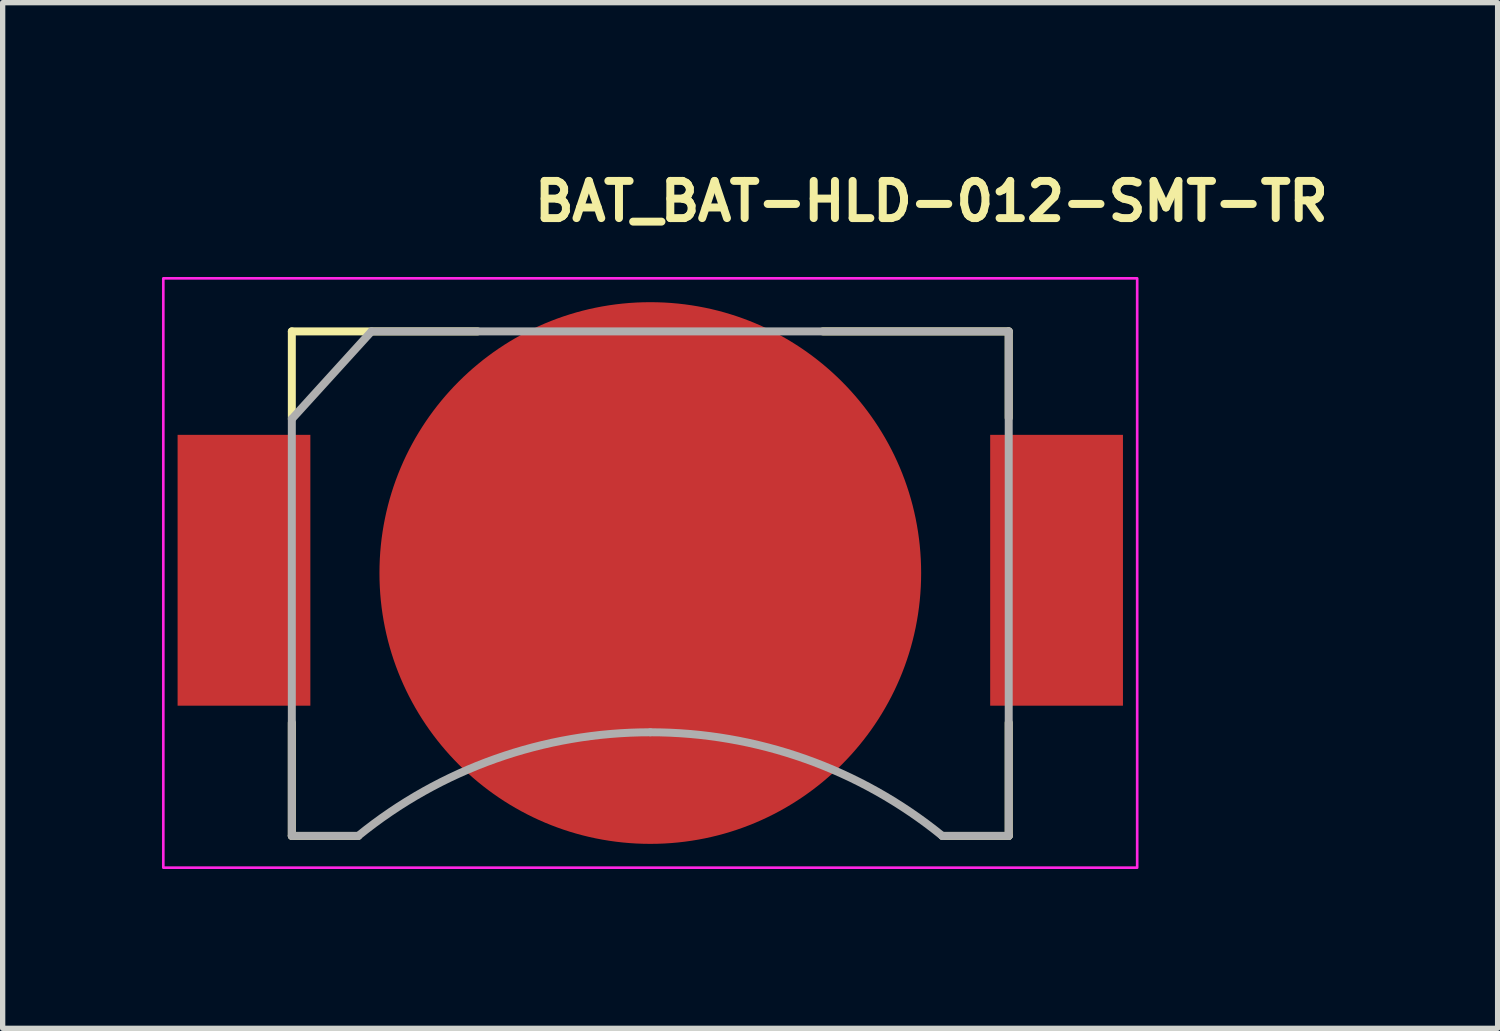
<source format=kicad_pcb>
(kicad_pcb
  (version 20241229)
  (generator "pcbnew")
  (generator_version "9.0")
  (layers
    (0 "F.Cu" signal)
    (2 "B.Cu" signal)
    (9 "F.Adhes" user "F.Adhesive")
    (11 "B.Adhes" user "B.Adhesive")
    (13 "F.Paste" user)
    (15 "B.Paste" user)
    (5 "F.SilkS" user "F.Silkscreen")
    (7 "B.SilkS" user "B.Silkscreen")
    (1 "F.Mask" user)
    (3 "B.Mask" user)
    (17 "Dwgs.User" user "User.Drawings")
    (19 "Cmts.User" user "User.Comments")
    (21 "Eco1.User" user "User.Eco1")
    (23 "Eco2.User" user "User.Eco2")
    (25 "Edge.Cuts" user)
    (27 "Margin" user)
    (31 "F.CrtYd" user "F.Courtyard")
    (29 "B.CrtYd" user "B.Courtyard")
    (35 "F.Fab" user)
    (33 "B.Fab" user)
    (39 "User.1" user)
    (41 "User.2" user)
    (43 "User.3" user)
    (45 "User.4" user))
  (footprint "BAT_BAT-HLD-012-SMT-TR"
    (layer "F.Cu")
    (at 9.195 7.74)
    (property "Reference" "BAT_BAT-HLD-012-SMT-TR" (at -2.255 -6.59 0) (layer "F.SilkS") (effects (font (size 0.7 0.7) (thickness 0.15)) (justify left bottom)))
    (attr smd)
    (fp_line (start -6.75 -4.55) (end -3.25 -4.55) (stroke (width 0.15) (type solid)) (layer "F.SilkS"))
    (fp_line (start -6.75 -2.92) (end -6.75 -4.55) (stroke (width 0.15) (type solid)) (layer "F.SilkS"))
    (fp_line (start -6.75 2.818) (end -6.75 4.95) (stroke (width 0.15) (type solid)) (layer "F.SilkS"))
    (fp_line (start -6.75 4.95) (end -5.5 4.95) (stroke (width 0.15) (type solid)) (layer "F.SilkS"))
    (fp_line (start 3.249 -4.55) (end 6.749 -4.55) (stroke (width 0.15) (type solid)) (layer "F.SilkS"))
    (fp_line (start 5.499 4.95) (end 6.749 4.95) (stroke (width 0.15) (type solid)) (layer "F.SilkS"))
    (fp_line (start 6.749 -4.55) (end 6.749 -2.92) (stroke (width 0.15) (type solid)) (layer "F.SilkS"))
    (fp_line (start 6.749 4.95) (end 6.749 2.818) (stroke (width 0.15) (type solid)) (layer "F.SilkS"))
    (fp_rect (start -9.17 -5.549) (end 9.168 5.548) (stroke (width 0.05) (type solid)) (fill no) (layer "F.CrtYd"))
    (fp_line (start -6.75 -2.9) (end -5.25 -4.55) (stroke (width 0.15) (type solid)) (layer "F.Fab"))
    (fp_line (start -6.75 4.95) (end -6.75 -2.9) (stroke (width 0.15) (type solid)) (layer "F.Fab"))
    (fp_line (start -5.5 4.95) (end -6.75 4.95) (stroke (width 0.15) (type solid)) (layer "F.Fab"))
    (fp_line (start -5.25 -4.55) (end 6.749 -4.55) (stroke (width 0.15) (type solid)) (layer "F.Fab"))
    (fp_line (start 6.749 -4.55) (end 6.749 4.95) (stroke (width 0.15) (type solid)) (layer "F.Fab"))
    (fp_line (start 6.749 4.95) (end 5.499 4.95) (stroke (width 0.15) (type solid)) (layer "F.Fab"))
    (fp_arc (start -5.5 4.95) (mid -2.919 3.5) (end 0 2.999) (stroke (width 0.15) (type solid)) (layer "F.Fab"))
    (fp_arc (start 0 2.999) (mid 2.917 3.5) (end 5.499 4.95) (stroke (width 0.15) (type solid)) (layer "F.Fab"))
    (fp_rect (start -7.62 -4.699) (end 7.618 4.698) (stroke (width 0.1) (type solid)) (fill no) (layer "User.5"))
    (fp_line (start -7.62 -2.668) (end -6.731 -2.668) (stroke (width 0.02) (type solid)) (layer "User.9"))
    (fp_line (start -7.62 -0.635) (end -7.62 -2.668) (stroke (width 0.02) (type solid)) (layer "User.9"))
    (fp_line (start -7.62 -0.635) (end -6.731 -0.635) (stroke (width 0.02) (type solid)) (layer "User.9"))
    (fp_line (start -7.62 0.379) (end -6.731 0.379) (stroke (width 0.02) (type solid)) (layer "User.9"))
    (fp_line (start -7.62 2.411) (end -7.62 0.379) (stroke (width 0.02) (type solid)) (layer "User.9"))
    (fp_line (start -7.62 2.411) (end -6.731 2.411) (stroke (width 0.02) (type solid)) (layer "User.9"))
    (fp_line (start -6.731 -2.957) (end -6.731 -2.956) (stroke (width 0.02) (type solid)) (layer "User.9"))
    (fp_line (start -6.731 -2.956) (end -6.731 -2.953) (stroke (width 0.02) (type solid)) (layer "User.9"))
    (fp_line (start -6.731 -2.953) (end -6.731 2.742) (stroke (width 0.02) (type solid)) (layer "User.9"))
    (fp_line (start -6.731 -0.635) (end -6.731 -2.668) (stroke (width 0.02) (type solid)) (layer "User.9"))
    (fp_line (start -6.731 2.411) (end -6.731 0.379) (stroke (width 0.02) (type solid)) (layer "User.9"))
    (fp_line (start -6.731 2.742) (end -6.478 2.742) (stroke (width 0.02) (type solid)) (layer "User.9"))
    (fp_line (start -6.729 -2.96) (end -6.731 -2.957) (stroke (width 0.02) (type solid)) (layer "User.9"))
    (fp_line (start -6.728 -2.963) (end -6.729 -2.96) (stroke (width 0.02) (type solid)) (layer "User.9"))
    (fp_line (start -6.721 -2.967) (end -6.728 -2.963) (stroke (width 0.02) (type solid)) (layer "User.9"))
    (fp_line (start -6.712 -2.972) (end -6.721 -2.967) (stroke (width 0.02) (type solid)) (layer "User.9"))
    (fp_line (start -6.702 -2.976) (end -6.712 -2.972) (stroke (width 0.02) (type solid)) (layer "User.9"))
    (fp_line (start -6.688 -2.98) (end -6.702 -2.976) (stroke (width 0.02) (type solid)) (layer "User.9"))
    (fp_line (start -6.657 -2.988) (end -6.688 -2.98) (stroke (width 0.02) (type solid)) (layer "User.9"))
    (fp_line (start -6.619 -2.997) (end -6.657 -2.988) (stroke (width 0.02) (type solid)) (layer "User.9"))
    (fp_line (start -6.592 -3.258) (end -6.592 -3.254) (stroke (width 0.02) (type solid)) (layer "User.9"))
    (fp_line (start -6.592 -3.254) (end -6.592 -3.25) (stroke (width 0.02) (type solid)) (layer "User.9"))
    (fp_line (start -6.592 -3.25) (end -6.59 -3.246) (stroke (width 0.02) (type solid)) (layer "User.9"))
    (fp_line (start -6.59 -3.262) (end -6.59 -3.259) (stroke (width 0.02) (type solid)) (layer "User.9"))
    (fp_line (start -6.59 -3.259) (end -6.592 -3.258) (stroke (width 0.02) (type solid)) (layer "User.9"))
    (fp_line (start -6.59 -3.246) (end -6.59 -3.242) (stroke (width 0.02) (type solid)) (layer "User.9"))
    (fp_line (start -6.59 -3.242) (end -6.588 -3.238) (stroke (width 0.02) (type solid)) (layer "User.9"))
    (fp_line (start -6.588 -3.238) (end -6.585 -3.226) (stroke (width 0.02) (type solid)) (layer "User.9"))
    (fp_line (start -6.587 -3.263) (end -6.59 -3.262) (stroke (width 0.02) (type solid)) (layer "User.9"))
    (fp_line (start -6.585 -3.226) (end -6.579 -3.214) (stroke (width 0.02) (type solid)) (layer "User.9"))
    (fp_line (start -6.579 -3.214) (end -6.574 -3.198) (stroke (width 0.02) (type solid)) (layer "User.9"))
    (fp_line (start -6.576 -3.007) (end -6.619 -2.997) (stroke (width 0.02) (type solid)) (layer "User.9"))
    (fp_line (start -6.574 -3.198) (end -6.566 -3.184) (stroke (width 0.02) (type solid)) (layer "User.9"))
    (fp_line (start -6.566 -3.184) (end -6.558 -3.166) (stroke (width 0.02) (type solid)) (layer "User.9"))
    (fp_line (start -6.558 -3.166) (end -6.548 -3.149) (stroke (width 0.02) (type solid)) (layer "User.9"))
    (fp_line (start -6.548 -3.149) (end -6.527 -3.109) (stroke (width 0.02) (type solid)) (layer "User.9"))
    (fp_line (start -6.527 -3.109) (end -6.503 -3.068) (stroke (width 0.02) (type solid)) (layer "User.9"))
    (fp_line (start -6.503 -3.068) (end -6.478 -3.024) (stroke (width 0.02) (type solid)) (layer "User.9"))
    (fp_line (start -6.478 -3.024) (end -6.576 -3.007) (stroke (width 0.02) (type solid)) (layer "User.9"))
    (fp_line (start -6.478 2.742) (end -5.489 3.73) (stroke (width 0.02) (type solid)) (layer "User.9"))
    (fp_line (start -5.489 3.73) (end -5.37 3.843) (stroke (width 0.02) (type solid)) (layer "User.9"))
    (fp_line (start -5.37 3.843) (end -5.247 3.95) (stroke (width 0.02) (type solid)) (layer "User.9"))
    (fp_line (start -5.247 3.95) (end -5.119 4.051) (stroke (width 0.02) (type solid)) (layer "User.9"))
    (fp_line (start -5.119 4.051) (end -4.986 4.144) (stroke (width 0.02) (type solid)) (layer "User.9"))
    (fp_line (start -4.986 4.144) (end -4.85 4.23) (stroke (width 0.02) (type solid)) (layer "User.9"))
    (fp_line (start -4.875 -4.699) (end -6.587 -3.263) (stroke (width 0.02) (type solid)) (layer "User.9"))
    (fp_line (start -4.85 4.23) (end -4.71 4.31) (stroke (width 0.02) (type solid)) (layer "User.9"))
    (fp_line (start -4.712 -4.505) (end -4.875 -4.699) (stroke (width 0.02) (type solid)) (layer "User.9"))
    (fp_line (start -4.71 4.31) (end -4.566 4.381) (stroke (width 0.02) (type solid)) (layer "User.9"))
    (fp_line (start -4.705 -1.988) (end -4.702 -1.919) (stroke (width 0.02) (type solid)) (layer "User.9"))
    (fp_line (start -4.704 -2.057) (end -4.705 -1.988) (stroke (width 0.02) (type solid)) (layer "User.9"))
    (fp_line (start -4.702 -2.126) (end -4.704 -2.057) (stroke (width 0.02) (type solid)) (layer "User.9"))
    (fp_line (start -4.702 -1.919) (end -4.697 -1.849) (stroke (width 0.02) (type solid)) (layer "User.9"))
    (fp_line (start -4.697 -1.849) (end -4.689 -1.78) (stroke (width 0.02) (type solid)) (layer "User.9"))
    (fp_line (start -4.696 -2.195) (end -4.702 -2.126) (stroke (width 0.02) (type solid)) (layer "User.9"))
    (fp_line (start -4.689 -1.78) (end -4.678 -1.71) (stroke (width 0.02) (type solid)) (layer "User.9"))
    (fp_line (start -4.688 -2.265) (end -4.696 -2.195) (stroke (width 0.02) (type solid)) (layer "User.9"))
    (fp_line (start -4.678 -1.71) (end -4.664 -1.641) (stroke (width 0.02) (type solid)) (layer "User.9"))
    (fp_line (start -4.677 -2.331) (end -4.688 -2.265) (stroke (width 0.02) (type solid)) (layer "User.9"))
    (fp_line (start -4.664 -1.641) (end -4.648 -1.573) (stroke (width 0.02) (type solid)) (layer "User.9"))
    (fp_line (start -4.662 -2.399) (end -4.677 -2.331) (stroke (width 0.02) (type solid)) (layer "User.9"))
    (fp_line (start -4.648 -1.573) (end -4.627 -1.504) (stroke (width 0.02) (type solid)) (layer "User.9"))
    (fp_line (start -4.646 -2.467) (end -4.662 -2.399) (stroke (width 0.02) (type solid)) (layer "User.9"))
    (fp_line (start -4.627 -1.504) (end -4.604 -1.436) (stroke (width 0.02) (type solid)) (layer "User.9"))
    (fp_line (start -4.625 -2.532) (end -4.646 -2.467) (stroke (width 0.02) (type solid)) (layer "User.9"))
    (fp_line (start -4.604 -1.436) (end -4.579 -1.369) (stroke (width 0.02) (type solid)) (layer "User.9"))
    (fp_line (start -4.603 -2.597) (end -4.625 -2.532) (stroke (width 0.02) (type solid)) (layer "User.9"))
    (fp_line (start -4.579 -2.661) (end -4.603 -2.597) (stroke (width 0.02) (type solid)) (layer "User.9"))
    (fp_line (start -4.579 -1.369) (end -4.579 2.742) (stroke (width 0.02) (type solid)) (layer "User.9"))
    (fp_line (start -4.579 2.742) (end -4.566 2.742) (stroke (width 0.02) (type solid)) (layer "User.9"))
    (fp_line (start -4.566 -2.016) (end -4.563 -2.121) (stroke (width 0.02) (type solid)) (layer "User.9"))
    (fp_line (start -4.566 -1.327) (end -4.566 -2.016) (stroke (width 0.02) (type solid)) (layer "User.9"))
    (fp_line (start -4.566 2.429) (end -4.566 -1.327) (stroke (width 0.02) (type solid)) (layer "User.9"))
    (fp_line (start -4.566 2.742) (end -4.566 2.429) (stroke (width 0.02) (type solid)) (layer "User.9"))
    (fp_line (start -4.566 4.381) (end -4.419 4.446) (stroke (width 0.02) (type solid)) (layer "User.9"))
    (fp_line (start -4.563 -2.121) (end -4.552 -2.226) (stroke (width 0.02) (type solid)) (layer "User.9"))
    (fp_line (start -4.553 -2.726) (end -4.579 -2.661) (stroke (width 0.02) (type solid)) (layer "User.9"))
    (fp_line (start -4.552 -2.226) (end -4.534 -2.327) (stroke (width 0.02) (type solid)) (layer "User.9"))
    (fp_line (start -4.534 -2.327) (end -4.512 -2.427) (stroke (width 0.02) (type solid)) (layer "User.9"))
    (fp_line (start -4.523 -2.787) (end -4.553 -2.726) (stroke (width 0.02) (type solid)) (layer "User.9"))
    (fp_line (start -4.512 -2.427) (end -4.481 -2.525) (stroke (width 0.02) (type solid)) (layer "User.9"))
    (fp_line (start -4.491 -2.848) (end -4.523 -2.787) (stroke (width 0.02) (type solid)) (layer "User.9"))
    (fp_line (start -4.481 -2.525) (end -4.446 -2.621) (stroke (width 0.02) (type solid)) (layer "User.9"))
    (fp_line (start -4.455 -2.908) (end -4.491 -2.848) (stroke (width 0.02) (type solid)) (layer "User.9"))
    (fp_line (start -4.446 -2.621) (end -4.403 -2.714) (stroke (width 0.02) (type solid)) (layer "User.9"))
    (fp_line (start -4.419 4.446) (end -4.268 4.504) (stroke (width 0.02) (type solid)) (layer "User.9"))
    (fp_line (start -4.417 -2.967) (end -4.455 -2.908) (stroke (width 0.02) (type solid)) (layer "User.9"))
    (fp_line (start -4.403 -2.714) (end -4.355 -2.803) (stroke (width 0.02) (type solid)) (layer "User.9"))
    (fp_line (start -4.379 -3.024) (end -4.417 -2.967) (stroke (width 0.02) (type solid)) (layer "User.9"))
    (fp_line (start -4.355 -2.803) (end -4.3 -2.891) (stroke (width 0.02) (type solid)) (layer "User.9"))
    (fp_line (start -4.335 -3.08) (end -4.379 -3.024) (stroke (width 0.02) (type solid)) (layer "User.9"))
    (fp_line (start -4.3 -2.891) (end -4.241 -2.973) (stroke (width 0.02) (type solid)) (layer "User.9"))
    (fp_line (start -4.292 -3.134) (end -4.335 -3.08) (stroke (width 0.02) (type solid)) (layer "User.9"))
    (fp_line (start -4.268 4.504) (end -4.114 4.555) (stroke (width 0.02) (type solid)) (layer "User.9"))
    (fp_line (start -4.244 -3.186) (end -4.292 -3.134) (stroke (width 0.02) (type solid)) (layer "User.9"))
    (fp_line (start -4.241 -2.973) (end -4.177 -3.052) (stroke (width 0.02) (type solid)) (layer "User.9"))
    (fp_line (start -4.194 -3.238) (end -4.244 -3.186) (stroke (width 0.02) (type solid)) (layer "User.9"))
    (fp_line (start -4.177 -3.052) (end -4.106 -3.128) (stroke (width 0.02) (type solid)) (layer "User.9"))
    (fp_line (start -4.143 -3.286) (end -4.194 -3.238) (stroke (width 0.02) (type solid)) (layer "User.9"))
    (fp_line (start -4.114 4.555) (end -3.959 4.599) (stroke (width 0.02) (type solid)) (layer "User.9"))
    (fp_line (start -4.106 -3.128) (end -4.031 -3.198) (stroke (width 0.02) (type solid)) (layer "User.9"))
    (fp_line (start -4.088 -3.334) (end -4.143 -3.286) (stroke (width 0.02) (type solid)) (layer "User.9"))
    (fp_line (start -4.032 -3.379) (end -4.088 -3.334) (stroke (width 0.02) (type solid)) (layer "User.9"))
    (fp_line (start -4.032 -3.379) (end -4.032 -3.379) (stroke (width 0.02) (type solid)) (layer "User.9"))
    (fp_line (start -4.031 -3.198) (end -3.952 -3.263) (stroke (width 0.02) (type solid)) (layer "User.9"))
    (fp_line (start -3.973 -3.422) (end -4.032 -3.379) (stroke (width 0.02) (type solid)) (layer "User.9"))
    (fp_line (start -3.959 4.599) (end -3.802 4.634) (stroke (width 0.02) (type solid)) (layer "User.9"))
    (fp_line (start -3.952 -3.263) (end -3.867 -3.325) (stroke (width 0.02) (type solid)) (layer "User.9"))
    (fp_line (start -3.915 -3.461) (end -3.973 -3.422) (stroke (width 0.02) (type solid)) (layer "User.9"))
    (fp_line (start -3.867 -3.325) (end -3.778 -3.38) (stroke (width 0.02) (type solid)) (layer "User.9"))
    (fp_line (start -3.854 -3.499) (end -3.915 -3.461) (stroke (width 0.02) (type solid)) (layer "User.9"))
    (fp_line (start -3.802 4.634) (end -3.642 4.661) (stroke (width 0.02) (type solid)) (layer "User.9"))
    (fp_line (start -3.791 -3.532) (end -3.854 -3.499) (stroke (width 0.02) (type solid)) (layer "User.9"))
    (fp_line (start -3.778 -3.38) (end -3.778 -3.38) (stroke (width 0.02) (type solid)) (layer "User.9"))
    (fp_line (start -3.778 -3.38) (end -3.685 -3.43) (stroke (width 0.02) (type solid)) (layer "User.9"))
    (fp_line (start -3.685 -3.43) (end -3.59 -3.472) (stroke (width 0.02) (type solid)) (layer "User.9"))
    (fp_line (start -3.665 -3.593) (end -3.791 -3.532) (stroke (width 0.02) (type solid)) (layer "User.9"))
    (fp_line (start -3.642 4.661) (end -3.48 4.682) (stroke (width 0.02) (type solid)) (layer "User.9"))
    (fp_line (start -3.59 -3.472) (end -3.493 -3.508) (stroke (width 0.02) (type solid)) (layer "User.9"))
    (fp_line (start -3.533 -3.642) (end -3.665 -3.593) (stroke (width 0.02) (type solid)) (layer "User.9"))
    (fp_line (start -3.493 -3.508) (end -3.395 -3.539) (stroke (width 0.02) (type solid)) (layer "User.9"))
    (fp_line (start -3.48 4.682) (end -3.318 4.693) (stroke (width 0.02) (type solid)) (layer "User.9"))
    (fp_line (start -3.4 -3.681) (end -3.533 -3.642) (stroke (width 0.02) (type solid)) (layer "User.9"))
    (fp_line (start -3.395 -3.539) (end -3.295 -3.561) (stroke (width 0.02) (type solid)) (layer "User.9"))
    (fp_line (start -3.318 4.693) (end -3.154 4.698) (stroke (width 0.02) (type solid)) (layer "User.9"))
    (fp_line (start -3.295 -3.561) (end -3.194 -3.579) (stroke (width 0.02) (type solid)) (layer "User.9"))
    (fp_line (start -3.266 -3.709) (end -3.4 -3.681) (stroke (width 0.02) (type solid)) (layer "User.9"))
    (fp_line (start -3.194 -3.579) (end -3.093 -3.588) (stroke (width 0.02) (type solid)) (layer "User.9"))
    (fp_line (start -3.154 4.698) (end -3.06 4.696) (stroke (width 0.02) (type solid)) (layer "User.9"))
    (fp_line (start -3.129 -3.726) (end -3.266 -3.709) (stroke (width 0.02) (type solid)) (layer "User.9"))
    (fp_line (start -3.093 -3.588) (end -2.991 -3.592) (stroke (width 0.02) (type solid)) (layer "User.9"))
    (fp_line (start -3.06 4.696) (end -2.964 4.693) (stroke (width 0.02) (type solid)) (layer "User.9"))
    (fp_line (start -2.991 -3.73) (end -3.129 -3.726) (stroke (width 0.02) (type solid)) (layer "User.9"))
    (fp_line (start -2.991 -3.592) (end -2.888 -3.588) (stroke (width 0.02) (type solid)) (layer "User.9"))
    (fp_line (start -2.964 4.693) (end -2.87 4.685) (stroke (width 0.02) (type solid)) (layer "User.9"))
    (fp_line (start -2.888 -3.588) (end -2.787 -3.579) (stroke (width 0.02) (type solid)) (layer "User.9"))
    (fp_line (start -2.87 4.685) (end -2.775 4.677) (stroke (width 0.02) (type solid)) (layer "User.9"))
    (fp_line (start -2.854 -3.726) (end -2.991 -3.73) (stroke (width 0.02) (type solid)) (layer "User.9"))
    (fp_line (start -2.787 -3.579) (end -2.686 -3.561) (stroke (width 0.02) (type solid)) (layer "User.9"))
    (fp_line (start -2.775 4.677) (end -2.681 4.663) (stroke (width 0.02) (type solid)) (layer "User.9"))
    (fp_line (start -2.717 -3.709) (end -2.854 -3.726) (stroke (width 0.02) (type solid)) (layer "User.9"))
    (fp_line (start -2.686 -3.561) (end -2.586 -3.539) (stroke (width 0.02) (type solid)) (layer "User.9"))
    (fp_line (start -2.681 4.663) (end -2.589 4.65) (stroke (width 0.02) (type solid)) (layer "User.9"))
    (fp_line (start -2.589 4.65) (end -2.496 4.631) (stroke (width 0.02) (type solid)) (layer "User.9"))
    (fp_line (start -2.586 -3.539) (end -2.488 -3.508) (stroke (width 0.02) (type solid)) (layer "User.9"))
    (fp_line (start -2.581 -3.681) (end -2.717 -3.709) (stroke (width 0.02) (type solid)) (layer "User.9"))
    (fp_line (start -2.496 4.631) (end -2.403 4.612) (stroke (width 0.02) (type solid)) (layer "User.9"))
    (fp_line (start -2.488 -3.508) (end -2.391 -3.472) (stroke (width 0.02) (type solid)) (layer "User.9"))
    (fp_line (start -2.448 -3.642) (end -2.581 -3.681) (stroke (width 0.02) (type solid)) (layer "User.9"))
    (fp_line (start -2.403 4.612) (end -2.311 4.589) (stroke (width 0.02) (type solid)) (layer "User.9"))
    (fp_line (start -2.391 -3.472) (end -2.297 -3.43) (stroke (width 0.02) (type solid)) (layer "User.9"))
    (fp_line (start -2.318 -3.593) (end -2.448 -3.642) (stroke (width 0.02) (type solid)) (layer "User.9"))
    (fp_line (start -2.311 4.589) (end -2.219 4.562) (stroke (width 0.02) (type solid)) (layer "User.9"))
    (fp_line (start -2.297 -3.43) (end -2.203 -3.38) (stroke (width 0.02) (type solid)) (layer "User.9"))
    (fp_line (start -2.219 4.562) (end -2.129 4.535) (stroke (width 0.02) (type solid)) (layer "User.9"))
    (fp_line (start -2.203 -3.38) (end -2.203 -3.38) (stroke (width 0.02) (type solid)) (layer "User.9"))
    (fp_line (start -2.203 -3.38) (end -2.158 -3.354) (stroke (width 0.02) (type solid)) (layer "User.9"))
    (fp_line (start -2.19 -3.532) (end -2.318 -3.593) (stroke (width 0.02) (type solid)) (layer "User.9"))
    (fp_line (start -2.158 -3.354) (end -2.114 -3.325) (stroke (width 0.02) (type solid)) (layer "User.9"))
    (fp_line (start -2.129 -3.499) (end -2.19 -3.532) (stroke (width 0.02) (type solid)) (layer "User.9"))
    (fp_line (start -2.129 4.535) (end -2.04 4.504) (stroke (width 0.02) (type solid)) (layer "User.9"))
    (fp_line (start -2.114 -3.325) (end -2.072 -3.294) (stroke (width 0.02) (type solid)) (layer "User.9"))
    (fp_line (start -2.072 -3.294) (end -2.029 -3.263) (stroke (width 0.02) (type solid)) (layer "User.9"))
    (fp_line (start -2.068 -3.461) (end -2.129 -3.499) (stroke (width 0.02) (type solid)) (layer "User.9"))
    (fp_line (start -2.04 4.504) (end -1.95 4.47) (stroke (width 0.02) (type solid)) (layer "User.9"))
    (fp_line (start -2.029 -3.263) (end -1.99 -3.231) (stroke (width 0.02) (type solid)) (layer "User.9"))
    (fp_line (start -2.008 -3.422) (end -2.068 -3.461) (stroke (width 0.02) (type solid)) (layer "User.9"))
    (fp_line (start -1.99 -3.231) (end -1.95 -3.198) (stroke (width 0.02) (type solid)) (layer "User.9"))
    (fp_line (start -1.95 -3.379) (end -2.008 -3.422) (stroke (width 0.02) (type solid)) (layer "User.9"))
    (fp_line (start -1.95 -3.379) (end -1.95 -3.379) (stroke (width 0.02) (type solid)) (layer "User.9"))
    (fp_line (start -1.95 -3.198) (end -1.911 -3.164) (stroke (width 0.02) (type solid)) (layer "User.9"))
    (fp_line (start -1.95 4.47) (end -1.863 4.435) (stroke (width 0.02) (type solid)) (layer "User.9"))
    (fp_line (start -1.911 -3.164) (end -1.875 -3.128) (stroke (width 0.02) (type solid)) (layer "User.9"))
    (fp_line (start -1.875 -3.128) (end -1.839 -3.09) (stroke (width 0.02) (type solid)) (layer "User.9"))
    (fp_line (start -1.863 4.435) (end -1.776 4.397) (stroke (width 0.02) (type solid)) (layer "User.9"))
    (fp_line (start -1.839 -3.286) (end -1.95 -3.379) (stroke (width 0.02) (type solid)) (layer "User.9"))
    (fp_line (start -1.839 -3.09) (end -1.805 -3.052) (stroke (width 0.02) (type solid)) (layer "User.9"))
    (fp_line (start -1.805 -3.052) (end -1.772 -3.013) (stroke (width 0.02) (type solid)) (layer "User.9"))
    (fp_line (start -1.776 4.397) (end -1.69 4.355) (stroke (width 0.02) (type solid)) (layer "User.9"))
    (fp_line (start -1.772 -3.013) (end -1.74 -2.973) (stroke (width 0.02) (type solid)) (layer "User.9"))
    (fp_line (start -1.74 -2.973) (end -1.71 -2.932) (stroke (width 0.02) (type solid)) (layer "User.9"))
    (fp_line (start -1.738 -3.186) (end -1.839 -3.286) (stroke (width 0.02) (type solid)) (layer "User.9"))
    (fp_line (start -1.71 -2.932) (end -1.68 -2.891) (stroke (width 0.02) (type solid)) (layer "User.9"))
    (fp_line (start -1.69 4.355) (end -1.488 4.264) (stroke (width 0.02) (type solid)) (layer "User.9"))
    (fp_line (start -1.68 -2.891) (end -1.653 -2.847) (stroke (width 0.02) (type solid)) (layer "User.9"))
    (fp_line (start -1.653 -2.847) (end -1.627 -2.803) (stroke (width 0.02) (type solid)) (layer "User.9"))
    (fp_line (start -1.645 -3.08) (end -1.738 -3.186) (stroke (width 0.02) (type solid)) (layer "User.9"))
    (fp_line (start -1.627 -2.803) (end -1.603 -2.759) (stroke (width 0.02) (type solid)) (layer "User.9"))
    (fp_line (start -1.603 -2.759) (end -1.579 -2.714) (stroke (width 0.02) (type solid)) (layer "User.9"))
    (fp_line (start -1.579 -2.714) (end -1.557 -2.668) (stroke (width 0.02) (type solid)) (layer "User.9"))
    (fp_line (start -1.563 -2.967) (end -1.645 -3.08) (stroke (width 0.02) (type solid)) (layer "User.9"))
    (fp_line (start -1.557 -2.668) (end -1.536 -2.621) (stroke (width 0.02) (type solid)) (layer "User.9"))
    (fp_line (start -1.536 -2.621) (end -1.518 -2.573) (stroke (width 0.02) (type solid)) (layer "User.9"))
    (fp_line (start -1.518 -2.573) (end -1.5 -2.525) (stroke (width 0.02) (type solid)) (layer "User.9"))
    (fp_line (start -1.5 -2.525) (end -1.484 -2.476) (stroke (width 0.02) (type solid)) (layer "User.9"))
    (fp_line (start -1.492 -2.848) (end -1.563 -2.967) (stroke (width 0.02) (type solid)) (layer "User.9"))
    (fp_line (start -1.488 4.264) (end -1.283 4.182) (stroke (width 0.02) (type solid)) (layer "User.9"))
    (fp_line (start -1.484 -2.476) (end -1.47 -2.427) (stroke (width 0.02) (type solid)) (layer "User.9"))
    (fp_line (start -1.47 -2.427) (end -1.458 -2.378) (stroke (width 0.02) (type solid)) (layer "User.9"))
    (fp_line (start -1.458 -2.378) (end -1.446 -2.327) (stroke (width 0.02) (type solid)) (layer "User.9"))
    (fp_line (start -1.446 -2.327) (end -1.438 -2.277) (stroke (width 0.02) (type solid)) (layer "User.9"))
    (fp_line (start -1.438 -2.277) (end -1.43 -2.226) (stroke (width 0.02) (type solid)) (layer "User.9"))
    (fp_line (start -1.43 -2.726) (end -1.492 -2.848) (stroke (width 0.02) (type solid)) (layer "User.9"))
    (fp_line (start -1.43 -2.226) (end -1.424 -2.173) (stroke (width 0.02) (type solid)) (layer "User.9"))
    (fp_line (start -1.424 -2.173) (end -1.42 -2.121) (stroke (width 0.02) (type solid)) (layer "User.9"))
    (fp_line (start -1.42 -2.121) (end -1.416 -2.069) (stroke (width 0.02) (type solid)) (layer "User.9"))
    (fp_line (start -1.416 -2.069) (end -1.416 -2.016) (stroke (width 0.02) (type solid)) (layer "User.9"))
    (fp_line (start -1.416 -1.327) (end -4.566 -1.327) (stroke (width 0.02) (type solid)) (layer "User.9"))
    (fp_line (start -1.416 -1.327) (end -1.416 -2.016) (stroke (width 0.02) (type solid)) (layer "User.9"))
    (fp_line (start -1.416 2.429) (end -1.416 -1.327) (stroke (width 0.02) (type solid)) (layer "User.9"))
    (fp_line (start -1.416 2.742) (end -1.416 2.429) (stroke (width 0.02) (type solid)) (layer "User.9"))
    (fp_line (start -1.416 2.742) (end -1.403 2.742) (stroke (width 0.02) (type solid)) (layer "User.9"))
    (fp_line (start -1.403 -1.369) (end -1.355 -1.504) (stroke (width 0.02) (type solid)) (layer "User.9"))
    (fp_line (start -1.403 2.742) (end -1.403 -1.369) (stroke (width 0.02) (type solid)) (layer "User.9"))
    (fp_line (start -1.377 -2.597) (end -1.43 -2.726) (stroke (width 0.02) (type solid)) (layer "User.9"))
    (fp_line (start -1.355 -1.504) (end -1.317 -1.641) (stroke (width 0.02) (type solid)) (layer "User.9"))
    (fp_line (start -1.337 -2.467) (end -1.377 -2.597) (stroke (width 0.02) (type solid)) (layer "User.9"))
    (fp_line (start -1.317 -1.641) (end -1.293 -1.78) (stroke (width 0.02) (type solid)) (layer "User.9"))
    (fp_line (start -1.305 -2.331) (end -1.337 -2.467) (stroke (width 0.02) (type solid)) (layer "User.9"))
    (fp_line (start -1.293 -1.78) (end -1.28 -1.919) (stroke (width 0.02) (type solid)) (layer "User.9"))
    (fp_line (start -1.285 -2.195) (end -1.305 -2.331) (stroke (width 0.02) (type solid)) (layer "User.9"))
    (fp_line (start -1.283 4.182) (end -1.075 4.115) (stroke (width 0.02) (type solid)) (layer "User.9"))
    (fp_line (start -1.28 -1.919) (end -1.276 -2.057) (stroke (width 0.02) (type solid)) (layer "User.9"))
    (fp_line (start -1.276 -2.057) (end -1.285 -2.195) (stroke (width 0.02) (type solid)) (layer "User.9"))
    (fp_line (start -1.075 4.115) (end -0.862 4.06) (stroke (width 0.02) (type solid)) (layer "User.9"))
    (fp_line (start -0.862 4.06) (end -0.65 4.017) (stroke (width 0.02) (type solid)) (layer "User.9"))
    (fp_line (start -0.65 4.017) (end -0.434 3.986) (stroke (width 0.02) (type solid)) (layer "User.9"))
    (fp_line (start -0.434 3.986) (end -0.217 3.966) (stroke (width 0.02) (type solid)) (layer "User.9"))
    (fp_line (start -0.217 3.966) (end 0 3.961) (stroke (width 0.02) (type solid)) (layer "User.9"))
    (fp_line (start 0 3.961) (end 0.215 3.966) (stroke (width 0.02) (type solid)) (layer "User.9"))
    (fp_line (start 0.215 3.966) (end 0.432 3.986) (stroke (width 0.02) (type solid)) (layer "User.9"))
    (fp_line (start 0.432 3.986) (end 0.648 4.017) (stroke (width 0.02) (type solid)) (layer "User.9"))
    (fp_line (start 0.648 4.017) (end 0.86 4.06) (stroke (width 0.02) (type solid)) (layer "User.9"))
    (fp_line (start 0.86 4.06) (end 1.072 4.115) (stroke (width 0.02) (type solid)) (layer "User.9"))
    (fp_line (start 1.072 4.115) (end 1.282 4.182) (stroke (width 0.02) (type solid)) (layer "User.9"))
    (fp_line (start 1.275 -2.057) (end 1.284 -2.195) (stroke (width 0.02) (type solid)) (layer "User.9"))
    (fp_line (start 1.277 -1.919) (end 1.275 -2.057) (stroke (width 0.02) (type solid)) (layer "User.9"))
    (fp_line (start 1.282 4.182) (end 1.487 4.264) (stroke (width 0.02) (type solid)) (layer "User.9"))
    (fp_line (start 1.284 -2.195) (end 1.304 -2.331) (stroke (width 0.02) (type solid)) (layer "User.9"))
    (fp_line (start 1.29 -1.78) (end 1.277 -1.919) (stroke (width 0.02) (type solid)) (layer "User.9"))
    (fp_line (start 1.304 -2.331) (end 1.334 -2.467) (stroke (width 0.02) (type solid)) (layer "User.9"))
    (fp_line (start 1.316 -1.641) (end 1.29 -1.78) (stroke (width 0.02) (type solid)) (layer "User.9"))
    (fp_line (start 1.334 -2.467) (end 1.376 -2.597) (stroke (width 0.02) (type solid)) (layer "User.9"))
    (fp_line (start 1.352 -1.504) (end 1.316 -1.641) (stroke (width 0.02) (type solid)) (layer "User.9"))
    (fp_line (start 1.376 -2.597) (end 1.427 -2.726) (stroke (width 0.02) (type solid)) (layer "User.9"))
    (fp_line (start 1.402 -1.369) (end 1.352 -1.504) (stroke (width 0.02) (type solid)) (layer "User.9"))
    (fp_line (start 1.402 2.742) (end 1.402 -1.369) (stroke (width 0.02) (type solid)) (layer "User.9"))
    (fp_line (start 1.415 -2.069) (end 1.415 -2.016) (stroke (width 0.02) (type solid)) (layer "User.9"))
    (fp_line (start 1.415 -1.327) (end 1.415 -2.016) (stroke (width 0.02) (type solid)) (layer "User.9"))
    (fp_line (start 1.415 -1.327) (end 4.563 -1.327) (stroke (width 0.02) (type solid)) (layer "User.9"))
    (fp_line (start 1.415 2.429) (end 1.415 -1.327) (stroke (width 0.02) (type solid)) (layer "User.9"))
    (fp_line (start 1.415 2.742) (end 1.402 2.742) (stroke (width 0.02) (type solid)) (layer "User.9"))
    (fp_line (start 1.415 2.742) (end 1.415 2.429) (stroke (width 0.02) (type solid)) (layer "User.9"))
    (fp_line (start 1.417 -2.121) (end 1.415 -2.069) (stroke (width 0.02) (type solid)) (layer "User.9"))
    (fp_line (start 1.421 -2.173) (end 1.417 -2.121) (stroke (width 0.02) (type solid)) (layer "User.9"))
    (fp_line (start 1.427 -2.726) (end 1.489 -2.848) (stroke (width 0.02) (type solid)) (layer "User.9"))
    (fp_line (start 1.427 -2.226) (end 1.421 -2.173) (stroke (width 0.02) (type solid)) (layer "User.9"))
    (fp_line (start 1.435 -2.277) (end 1.427 -2.226) (stroke (width 0.02) (type solid)) (layer "User.9"))
    (fp_line (start 1.445 -2.327) (end 1.435 -2.277) (stroke (width 0.02) (type solid)) (layer "User.9"))
    (fp_line (start 1.455 -2.378) (end 1.445 -2.327) (stroke (width 0.02) (type solid)) (layer "User.9"))
    (fp_line (start 1.469 -2.427) (end 1.455 -2.378) (stroke (width 0.02) (type solid)) (layer "User.9"))
    (fp_line (start 1.483 -2.476) (end 1.469 -2.427) (stroke (width 0.02) (type solid)) (layer "User.9"))
    (fp_line (start 1.487 4.264) (end 1.689 4.355) (stroke (width 0.02) (type solid)) (layer "User.9"))
    (fp_line (start 1.489 -2.848) (end 1.562 -2.967) (stroke (width 0.02) (type solid)) (layer "User.9"))
    (fp_line (start 1.499 -2.525) (end 1.483 -2.476) (stroke (width 0.02) (type solid)) (layer "User.9"))
    (fp_line (start 1.515 -2.573) (end 1.499 -2.525) (stroke (width 0.02) (type solid)) (layer "User.9"))
    (fp_line (start 1.535 -2.621) (end 1.515 -2.573) (stroke (width 0.02) (type solid)) (layer "User.9"))
    (fp_line (start 1.556 -2.668) (end 1.535 -2.621) (stroke (width 0.02) (type solid)) (layer "User.9"))
    (fp_line (start 1.562 -2.967) (end 1.644 -3.08) (stroke (width 0.02) (type solid)) (layer "User.9"))
    (fp_line (start 1.576 -2.714) (end 1.556 -2.668) (stroke (width 0.02) (type solid)) (layer "User.9"))
    (fp_line (start 1.6 -2.759) (end 1.576 -2.714) (stroke (width 0.02) (type solid)) (layer "User.9"))
    (fp_line (start 1.626 -2.803) (end 1.6 -2.759) (stroke (width 0.02) (type solid)) (layer "User.9"))
    (fp_line (start 1.644 -3.08) (end 1.735 -3.186) (stroke (width 0.02) (type solid)) (layer "User.9"))
    (fp_line (start 1.652 -2.847) (end 1.626 -2.803) (stroke (width 0.02) (type solid)) (layer "User.9"))
    (fp_line (start 1.679 -2.891) (end 1.652 -2.847) (stroke (width 0.02) (type solid)) (layer "User.9"))
    (fp_line (start 1.707 -2.932) (end 1.679 -2.891) (stroke (width 0.02) (type solid)) (layer "User.9"))
    (fp_line (start 1.735 -3.186) (end 1.836 -3.286) (stroke (width 0.02) (type solid)) (layer "User.9"))
    (fp_line (start 1.739 -2.973) (end 1.707 -2.932) (stroke (width 0.02) (type solid)) (layer "User.9"))
    (fp_line (start 1.769 -3.013) (end 1.739 -2.973) (stroke (width 0.02) (type solid)) (layer "User.9"))
    (fp_line (start 1.775 4.397) (end 1.689 4.355) (stroke (width 0.02) (type solid)) (layer "User.9"))
    (fp_line (start 1.802 -3.052) (end 1.769 -3.013) (stroke (width 0.02) (type solid)) (layer "User.9"))
    (fp_line (start 1.836 -3.286) (end 1.947 -3.379) (stroke (width 0.02) (type solid)) (layer "User.9"))
    (fp_line (start 1.838 -3.09) (end 1.802 -3.052) (stroke (width 0.02) (type solid)) (layer "User.9"))
    (fp_line (start 1.862 4.435) (end 1.775 4.397) (stroke (width 0.02) (type solid)) (layer "User.9"))
    (fp_line (start 1.872 -3.128) (end 1.838 -3.09) (stroke (width 0.02) (type solid)) (layer "User.9"))
    (fp_line (start 1.91 -3.164) (end 1.872 -3.128) (stroke (width 0.02) (type solid)) (layer "User.9"))
    (fp_line (start 1.947 -3.379) (end 1.947 -3.379) (stroke (width 0.02) (type solid)) (layer "User.9"))
    (fp_line (start 1.947 -3.379) (end 2.006 -3.422) (stroke (width 0.02) (type solid)) (layer "User.9"))
    (fp_line (start 1.947 -3.198) (end 1.91 -3.164) (stroke (width 0.02) (type solid)) (layer "User.9"))
    (fp_line (start 1.949 4.47) (end 1.862 4.435) (stroke (width 0.02) (type solid)) (layer "User.9"))
    (fp_line (start 1.987 -3.231) (end 1.947 -3.198) (stroke (width 0.02) (type solid)) (layer "User.9"))
    (fp_line (start 2.006 -3.422) (end 2.065 -3.461) (stroke (width 0.02) (type solid)) (layer "User.9"))
    (fp_line (start 2.027 -3.263) (end 1.987 -3.231) (stroke (width 0.02) (type solid)) (layer "User.9"))
    (fp_line (start 2.038 4.504) (end 1.949 4.47) (stroke (width 0.02) (type solid)) (layer "User.9"))
    (fp_line (start 2.065 -3.461) (end 2.127 -3.499) (stroke (width 0.02) (type solid)) (layer "User.9"))
    (fp_line (start 2.069 -3.294) (end 2.027 -3.263) (stroke (width 0.02) (type solid)) (layer "User.9"))
    (fp_line (start 2.112 -3.325) (end 2.069 -3.294) (stroke (width 0.02) (type solid)) (layer "User.9"))
    (fp_line (start 2.127 -3.499) (end 2.189 -3.532) (stroke (width 0.02) (type solid)) (layer "User.9"))
    (fp_line (start 2.128 4.535) (end 2.038 4.504) (stroke (width 0.02) (type solid)) (layer "User.9"))
    (fp_line (start 2.156 -3.354) (end 2.112 -3.325) (stroke (width 0.02) (type solid)) (layer "User.9"))
    (fp_line (start 2.189 -3.532) (end 2.315 -3.593) (stroke (width 0.02) (type solid)) (layer "User.9"))
    (fp_line (start 2.201 -3.38) (end 2.156 -3.354) (stroke (width 0.02) (type solid)) (layer "User.9"))
    (fp_line (start 2.201 -3.38) (end 2.201 -3.38) (stroke (width 0.02) (type solid)) (layer "User.9"))
    (fp_line (start 2.217 4.562) (end 2.128 4.535) (stroke (width 0.02) (type solid)) (layer "User.9"))
    (fp_line (start 2.294 -3.43) (end 2.201 -3.38) (stroke (width 0.02) (type solid)) (layer "User.9"))
    (fp_line (start 2.309 4.589) (end 2.217 4.562) (stroke (width 0.02) (type solid)) (layer "User.9"))
    (fp_line (start 2.315 -3.593) (end 2.446 -3.642) (stroke (width 0.02) (type solid)) (layer "User.9"))
    (fp_line (start 2.39 -3.472) (end 2.294 -3.43) (stroke (width 0.02) (type solid)) (layer "User.9"))
    (fp_line (start 2.401 4.612) (end 2.309 4.589) (stroke (width 0.02) (type solid)) (layer "User.9"))
    (fp_line (start 2.446 -3.642) (end 2.58 -3.681) (stroke (width 0.02) (type solid)) (layer "User.9"))
    (fp_line (start 2.48 -2.105) (end 2.48 -1.928) (stroke (width 0.02) (type solid)) (layer "User.9"))
    (fp_line (start 2.48 -1.928) (end 2.899 -1.928) (stroke (width 0.02) (type solid)) (layer "User.9"))
    (fp_line (start 2.486 -3.508) (end 2.39 -3.472) (stroke (width 0.02) (type solid)) (layer "User.9"))
    (fp_line (start 2.494 4.631) (end 2.401 4.612) (stroke (width 0.02) (type solid)) (layer "User.9"))
    (fp_line (start 2.58 -3.681) (end 2.714 -3.709) (stroke (width 0.02) (type solid)) (layer "User.9"))
    (fp_line (start 2.584 -3.539) (end 2.486 -3.508) (stroke (width 0.02) (type solid)) (layer "User.9"))
    (fp_line (start 2.587 4.65) (end 2.494 4.631) (stroke (width 0.02) (type solid)) (layer "User.9"))
    (fp_line (start 2.68 4.663) (end 2.587 4.65) (stroke (width 0.02) (type solid)) (layer "User.9"))
    (fp_line (start 2.684 -3.561) (end 2.584 -3.539) (stroke (width 0.02) (type solid)) (layer "User.9"))
    (fp_line (start 2.714 -3.709) (end 2.851 -3.726) (stroke (width 0.02) (type solid)) (layer "User.9"))
    (fp_line (start 2.773 4.677) (end 2.68 4.663) (stroke (width 0.02) (type solid)) (layer "User.9"))
    (fp_line (start 2.785 -3.579) (end 2.684 -3.561) (stroke (width 0.02) (type solid)) (layer "User.9"))
    (fp_line (start 2.851 -3.726) (end 2.988 -3.73) (stroke (width 0.02) (type solid)) (layer "User.9"))
    (fp_line (start 2.867 4.685) (end 2.773 4.677) (stroke (width 0.02) (type solid)) (layer "User.9"))
    (fp_line (start 2.886 -3.588) (end 2.785 -3.579) (stroke (width 0.02) (type solid)) (layer "User.9"))
    (fp_line (start 2.899 -2.524) (end 2.899 -2.105) (stroke (width 0.02) (type solid)) (layer "User.9"))
    (fp_line (start 2.899 -2.105) (end 2.48 -2.105) (stroke (width 0.02) (type solid)) (layer "User.9"))
    (fp_line (start 2.899 -1.928) (end 2.899 -1.508) (stroke (width 0.02) (type solid)) (layer "User.9"))
    (fp_line (start 2.899 -1.508) (end 3.077 -1.508) (stroke (width 0.02) (type solid)) (layer "User.9"))
    (fp_line (start 2.963 4.693) (end 2.867 4.685) (stroke (width 0.02) (type solid)) (layer "User.9"))
    (fp_line (start 2.988 -3.73) (end 3.127 -3.726) (stroke (width 0.02) (type solid)) (layer "User.9"))
    (fp_line (start 2.988 -3.592) (end 2.886 -3.588) (stroke (width 0.02) (type solid)) (layer "User.9"))
    (fp_line (start 3.058 4.696) (end 2.963 4.693) (stroke (width 0.02) (type solid)) (layer "User.9"))
    (fp_line (start 3.077 -2.524) (end 2.899 -2.524) (stroke (width 0.02) (type solid)) (layer "User.9"))
    (fp_line (start 3.077 -2.105) (end 3.077 -2.524) (stroke (width 0.02) (type solid)) (layer "User.9"))
    (fp_line (start 3.077 -1.928) (end 3.496 -1.928) (stroke (width 0.02) (type solid)) (layer "User.9"))
    (fp_line (start 3.077 -1.508) (end 3.077 -1.928) (stroke (width 0.02) (type solid)) (layer "User.9"))
    (fp_line (start 3.091 -3.588) (end 2.988 -3.592) (stroke (width 0.02) (type solid)) (layer "User.9"))
    (fp_line (start 3.127 -3.726) (end 3.264 -3.709) (stroke (width 0.02) (type solid)) (layer "User.9"))
    (fp_line (start 3.152 4.698) (end 3.058 4.696) (stroke (width 0.02) (type solid)) (layer "User.9"))
    (fp_line (start 3.192 -3.579) (end 3.091 -3.588) (stroke (width 0.02) (type solid)) (layer "User.9"))
    (fp_line (start 3.264 -3.709) (end 3.398 -3.681) (stroke (width 0.02) (type solid)) (layer "User.9"))
    (fp_line (start 3.293 -3.561) (end 3.192 -3.579) (stroke (width 0.02) (type solid)) (layer "User.9"))
    (fp_line (start 3.317 4.693) (end 3.152 4.698) (stroke (width 0.02) (type solid)) (layer "User.9"))
    (fp_line (start 3.394 -3.539) (end 3.293 -3.561) (stroke (width 0.02) (type solid)) (layer "User.9"))
    (fp_line (start 3.398 -3.681) (end 3.531 -3.642) (stroke (width 0.02) (type solid)) (layer "User.9"))
    (fp_line (start 3.479 4.682) (end 3.317 4.693) (stroke (width 0.02) (type solid)) (layer "User.9"))
    (fp_line (start 3.491 -3.508) (end 3.394 -3.539) (stroke (width 0.02) (type solid)) (layer "User.9"))
    (fp_line (start 3.496 -2.105) (end 3.077 -2.105) (stroke (width 0.02) (type solid)) (layer "User.9"))
    (fp_line (start 3.496 -1.928) (end 3.496 -2.105) (stroke (width 0.02) (type solid)) (layer "User.9"))
    (fp_line (start 3.531 -3.642) (end 3.663 -3.593) (stroke (width 0.02) (type solid)) (layer "User.9"))
    (fp_line (start 3.588 -3.472) (end 3.491 -3.508) (stroke (width 0.02) (type solid)) (layer "User.9"))
    (fp_line (start 3.64 4.661) (end 3.479 4.682) (stroke (width 0.02) (type solid)) (layer "User.9"))
    (fp_line (start 3.663 -3.593) (end 3.789 -3.532) (stroke (width 0.02) (type solid)) (layer "User.9"))
    (fp_line (start 3.684 -3.43) (end 3.588 -3.472) (stroke (width 0.02) (type solid)) (layer "User.9"))
    (fp_line (start 3.777 -3.38) (end 3.684 -3.43) (stroke (width 0.02) (type solid)) (layer "User.9"))
    (fp_line (start 3.777 -3.38) (end 3.777 -3.38) (stroke (width 0.02) (type solid)) (layer "User.9"))
    (fp_line (start 3.789 -3.532) (end 3.851 -3.499) (stroke (width 0.02) (type solid)) (layer "User.9"))
    (fp_line (start 3.8 4.634) (end 3.64 4.661) (stroke (width 0.02) (type solid)) (layer "User.9"))
    (fp_line (start 3.851 -3.499) (end 3.913 -3.461) (stroke (width 0.02) (type solid)) (layer "User.9"))
    (fp_line (start 3.866 -3.325) (end 3.777 -3.38) (stroke (width 0.02) (type solid)) (layer "User.9"))
    (fp_line (start 3.913 -3.461) (end 3.971 -3.422) (stroke (width 0.02) (type solid)) (layer "User.9"))
    (fp_line (start 3.95 -3.263) (end 3.866 -3.325) (stroke (width 0.02) (type solid)) (layer "User.9"))
    (fp_line (start 3.958 4.599) (end 3.8 4.634) (stroke (width 0.02) (type solid)) (layer "User.9"))
    (fp_line (start 3.971 -3.422) (end 4.03 -3.379) (stroke (width 0.02) (type solid)) (layer "User.9"))
    (fp_line (start 4.03 -3.379) (end 4.03 -3.379) (stroke (width 0.02) (type solid)) (layer "User.9"))
    (fp_line (start 4.03 -3.379) (end 4.086 -3.334) (stroke (width 0.02) (type solid)) (layer "User.9"))
    (fp_line (start 4.03 -3.198) (end 3.95 -3.263) (stroke (width 0.02) (type solid)) (layer "User.9"))
    (fp_line (start 4.086 -3.334) (end 4.14 -3.286) (stroke (width 0.02) (type solid)) (layer "User.9"))
    (fp_line (start 4.105 -3.128) (end 4.03 -3.198) (stroke (width 0.02) (type solid)) (layer "User.9"))
    (fp_line (start 4.113 4.555) (end 3.958 4.599) (stroke (width 0.02) (type solid)) (layer "User.9"))
    (fp_line (start 4.14 -3.286) (end 4.193 -3.238) (stroke (width 0.02) (type solid)) (layer "User.9"))
    (fp_line (start 4.174 -3.052) (end 4.105 -3.128) (stroke (width 0.02) (type solid)) (layer "User.9"))
    (fp_line (start 4.193 -3.238) (end 4.243 -3.186) (stroke (width 0.02) (type solid)) (layer "User.9"))
    (fp_line (start 4.24 -2.973) (end 4.174 -3.052) (stroke (width 0.02) (type solid)) (layer "User.9"))
    (fp_line (start 4.243 -3.186) (end 4.289 -3.134) (stroke (width 0.02) (type solid)) (layer "User.9"))
    (fp_line (start 4.265 4.504) (end 4.113 4.555) (stroke (width 0.02) (type solid)) (layer "User.9"))
    (fp_line (start 4.289 -3.134) (end 4.334 -3.08) (stroke (width 0.02) (type solid)) (layer "User.9"))
    (fp_line (start 4.299 -2.891) (end 4.24 -2.973) (stroke (width 0.02) (type solid)) (layer "User.9"))
    (fp_line (start 4.334 -3.08) (end 4.376 -3.024) (stroke (width 0.02) (type solid)) (layer "User.9"))
    (fp_line (start 4.352 -2.803) (end 4.299 -2.891) (stroke (width 0.02) (type solid)) (layer "User.9"))
    (fp_line (start 4.376 -3.024) (end 4.416 -2.967) (stroke (width 0.02) (type solid)) (layer "User.9"))
    (fp_line (start 4.4 -2.714) (end 4.352 -2.803) (stroke (width 0.02) (type solid)) (layer "User.9"))
    (fp_line (start 4.416 -2.967) (end 4.453 -2.908) (stroke (width 0.02) (type solid)) (layer "User.9"))
    (fp_line (start 4.416 4.446) (end 4.265 4.504) (stroke (width 0.02) (type solid)) (layer "User.9"))
    (fp_line (start 4.443 -2.621) (end 4.4 -2.714) (stroke (width 0.02) (type solid)) (layer "User.9"))
    (fp_line (start 4.453 -2.908) (end 4.488 -2.848) (stroke (width 0.02) (type solid)) (layer "User.9"))
    (fp_line (start 4.48 -2.525) (end 4.443 -2.621) (stroke (width 0.02) (type solid)) (layer "User.9"))
    (fp_line (start 4.488 -2.848) (end 4.52 -2.787) (stroke (width 0.02) (type solid)) (layer "User.9"))
    (fp_line (start 4.509 -2.427) (end 4.48 -2.525) (stroke (width 0.02) (type solid)) (layer "User.9"))
    (fp_line (start 4.52 -2.787) (end 4.551 -2.726) (stroke (width 0.02) (type solid)) (layer "User.9"))
    (fp_line (start 4.533 -2.327) (end 4.509 -2.427) (stroke (width 0.02) (type solid)) (layer "User.9"))
    (fp_line (start 4.549 -2.226) (end 4.533 -2.327) (stroke (width 0.02) (type solid)) (layer "User.9"))
    (fp_line (start 4.551 -2.726) (end 4.578 -2.661) (stroke (width 0.02) (type solid)) (layer "User.9"))
    (fp_line (start 4.56 -2.121) (end 4.549 -2.226) (stroke (width 0.02) (type solid)) (layer "User.9"))
    (fp_line (start 4.563 -2.016) (end 4.56 -2.121) (stroke (width 0.02) (type solid)) (layer "User.9"))
    (fp_line (start 4.563 -1.327) (end 4.563 -2.016) (stroke (width 0.02) (type solid)) (layer "User.9"))
    (fp_line (start 4.563 2.429) (end 4.563 -1.327) (stroke (width 0.02) (type solid)) (layer "User.9"))
    (fp_line (start 4.563 2.742) (end 4.563 2.429) (stroke (width 0.02) (type solid)) (layer "User.9"))
    (fp_line (start 4.563 4.381) (end 4.416 4.446) (stroke (width 0.02) (type solid)) (layer "User.9"))
    (fp_line (start 4.576 -1.369) (end 4.576 2.742) (stroke (width 0.02) (type solid)) (layer "User.9"))
    (fp_line (start 4.576 2.742) (end 4.563 2.742) (stroke (width 0.02) (type solid)) (layer "User.9"))
    (fp_line (start 4.578 -2.661) (end 4.602 -2.597) (stroke (width 0.02) (type solid)) (layer "User.9"))
    (fp_line (start 4.602 -2.597) (end 4.623 -2.532) (stroke (width 0.02) (type solid)) (layer "User.9"))
    (fp_line (start 4.602 -1.436) (end 4.576 -1.369) (stroke (width 0.02) (type solid)) (layer "User.9"))
    (fp_line (start 4.623 -2.532) (end 4.644 -2.467) (stroke (width 0.02) (type solid)) (layer "User.9"))
    (fp_line (start 4.626 -1.504) (end 4.602 -1.436) (stroke (width 0.02) (type solid)) (layer "User.9"))
    (fp_line (start 4.644 -2.467) (end 4.661 -2.399) (stroke (width 0.02) (type solid)) (layer "User.9"))
    (fp_line (start 4.645 -1.573) (end 4.626 -1.504) (stroke (width 0.02) (type solid)) (layer "User.9"))
    (fp_line (start 4.661 -2.399) (end 4.674 -2.331) (stroke (width 0.02) (type solid)) (layer "User.9"))
    (fp_line (start 4.663 -1.641) (end 4.645 -1.573) (stroke (width 0.02) (type solid)) (layer "User.9"))
    (fp_line (start 4.674 -2.331) (end 4.685 -2.265) (stroke (width 0.02) (type solid)) (layer "User.9"))
    (fp_line (start 4.677 -1.71) (end 4.663 -1.641) (stroke (width 0.02) (type solid)) (layer "User.9"))
    (fp_line (start 4.685 -2.265) (end 4.695 -2.195) (stroke (width 0.02) (type solid)) (layer "User.9"))
    (fp_line (start 4.687 -1.78) (end 4.677 -1.71) (stroke (width 0.02) (type solid)) (layer "User.9"))
    (fp_line (start 4.695 -2.195) (end 4.7 -2.126) (stroke (width 0.02) (type solid)) (layer "User.9"))
    (fp_line (start 4.695 -1.849) (end 4.687 -1.78) (stroke (width 0.02) (type solid)) (layer "User.9"))
    (fp_line (start 4.7 -2.126) (end 4.703 -2.057) (stroke (width 0.02) (type solid)) (layer "User.9"))
    (fp_line (start 4.701 -1.919) (end 4.695 -1.849) (stroke (width 0.02) (type solid)) (layer "User.9"))
    (fp_line (start 4.703 -2.057) (end 4.703 -1.988) (stroke (width 0.02) (type solid)) (layer "User.9"))
    (fp_line (start 4.703 -1.988) (end 4.701 -1.919) (stroke (width 0.02) (type solid)) (layer "User.9"))
    (fp_line (start 4.708 4.31) (end 4.563 4.381) (stroke (width 0.02) (type solid)) (layer "User.9"))
    (fp_line (start 4.711 -4.505) (end -4.712 -4.505) (stroke (width 0.02) (type solid)) (layer "User.9"))
    (fp_line (start 4.711 -4.505) (end 4.873 -4.699) (stroke (width 0.02) (type solid)) (layer "User.9"))
    (fp_line (start 4.847 4.23) (end 4.708 4.31) (stroke (width 0.02) (type solid)) (layer "User.9"))
    (fp_line (start 4.873 -4.699) (end 6.586 -3.263) (stroke (width 0.02) (type solid)) (layer "User.9"))
    (fp_line (start 4.985 4.144) (end 4.847 4.23) (stroke (width 0.02) (type solid)) (layer "User.9"))
    (fp_line (start 5.116 4.051) (end 4.985 4.144) (stroke (width 0.02) (type solid)) (layer "User.9"))
    (fp_line (start 5.246 3.95) (end 5.116 4.051) (stroke (width 0.02) (type solid)) (layer "User.9"))
    (fp_line (start 5.368 3.843) (end 5.246 3.95) (stroke (width 0.02) (type solid)) (layer "User.9"))
    (fp_line (start 5.488 3.73) (end 5.368 3.843) (stroke (width 0.02) (type solid)) (layer "User.9"))
    (fp_line (start 6.477 -3.024) (end 6.571 -3.007) (stroke (width 0.02) (type solid)) (layer "User.9"))
    (fp_line (start 6.477 2.742) (end 5.488 3.73) (stroke (width 0.02) (type solid)) (layer "User.9"))
    (fp_line (start 6.501 -3.067) (end 6.477 -3.024) (stroke (width 0.02) (type solid)) (layer "User.9"))
    (fp_line (start 6.525 -3.109) (end 6.501 -3.067) (stroke (width 0.02) (type solid)) (layer "User.9"))
    (fp_line (start 6.546 -3.146) (end 6.525 -3.109) (stroke (width 0.02) (type solid)) (layer "User.9"))
    (fp_line (start 6.554 -3.165) (end 6.546 -3.146) (stroke (width 0.02) (type solid)) (layer "User.9"))
    (fp_line (start 6.562 -3.181) (end 6.554 -3.165) (stroke (width 0.02) (type solid)) (layer "User.9"))
    (fp_line (start 6.57 -3.197) (end 6.562 -3.181) (stroke (width 0.02) (type solid)) (layer "User.9"))
    (fp_line (start 6.571 -3.007) (end 6.615 -2.997) (stroke (width 0.02) (type solid)) (layer "User.9"))
    (fp_line (start 6.576 -3.211) (end 6.57 -3.197) (stroke (width 0.02) (type solid)) (layer "User.9"))
    (fp_line (start 6.581 -3.225) (end 6.576 -3.211) (stroke (width 0.02) (type solid)) (layer "User.9"))
    (fp_line (start 6.586 -3.263) (end 6.587 -3.262) (stroke (width 0.02) (type solid)) (layer "User.9"))
    (fp_line (start 6.586 -3.241) (end 6.586 -3.235) (stroke (width 0.02) (type solid)) (layer "User.9"))
    (fp_line (start 6.586 -3.235) (end 6.581 -3.225) (stroke (width 0.02) (type solid)) (layer "User.9"))
    (fp_line (start 6.587 -3.262) (end 6.589 -3.259) (stroke (width 0.02) (type solid)) (layer "User.9"))
    (fp_line (start 6.587 -3.246) (end 6.586 -3.241) (stroke (width 0.02) (type solid)) (layer "User.9"))
    (fp_line (start 6.589 -3.259) (end 6.589 -3.257) (stroke (width 0.02) (type solid)) (layer "User.9"))
    (fp_line (start 6.589 -3.257) (end 6.589 -3.254) (stroke (width 0.02) (type solid)) (layer "User.9"))
    (fp_line (start 6.589 -3.254) (end 6.589 -3.25) (stroke (width 0.02) (type solid)) (layer "User.9"))
    (fp_line (start 6.589 -3.25) (end 6.587 -3.246) (stroke (width 0.02) (type solid)) (layer "User.9"))
    (fp_line (start 6.615 -2.997) (end 6.653 -2.988) (stroke (width 0.02) (type solid)) (layer "User.9"))
    (fp_line (start 6.653 -2.988) (end 6.685 -2.98) (stroke (width 0.02) (type solid)) (layer "User.9"))
    (fp_line (start 6.685 -2.98) (end 6.698 -2.976) (stroke (width 0.02) (type solid)) (layer "User.9"))
    (fp_line (start 6.698 -2.976) (end 6.709 -2.972) (stroke (width 0.02) (type solid)) (layer "User.9"))
    (fp_line (start 6.709 -2.972) (end 6.717 -2.967) (stroke (width 0.02) (type solid)) (layer "User.9"))
    (fp_line (start 6.717 -2.967) (end 6.725 -2.963) (stroke (width 0.02) (type solid)) (layer "User.9"))
    (fp_line (start 6.725 -2.963) (end 6.728 -2.957) (stroke (width 0.02) (type solid)) (layer "User.9"))
    (fp_line (start 6.728 -2.957) (end 6.73 -2.956) (stroke (width 0.02) (type solid)) (layer "User.9"))
    (fp_line (start 6.73 -2.956) (end 6.73 -2.953) (stroke (width 0.02) (type solid)) (layer "User.9"))
    (fp_line (start 6.73 -2.953) (end 6.73 2.742) (stroke (width 0.02) (type solid)) (layer "User.9"))
    (fp_line (start 6.73 -0.635) (end 6.73 -2.668) (stroke (width 0.02) (type solid)) (layer "User.9"))
    (fp_line (start 6.73 2.742) (end 6.477 2.742) (stroke (width 0.02) (type solid)) (layer "User.9"))
    (fp_line (start 7.618 -2.668) (end 6.73 -2.668) (stroke (width 0.02) (type solid)) (layer "User.9"))
    (fp_line (start 7.618 -0.635) (end 6.73 -0.635) (stroke (width 0.02) (type solid)) (layer "User.9"))
    (fp_line (start 7.618 -0.635) (end 7.618 -2.668) (stroke (width 0.02) (type solid)) (layer "User.9"))
    (fp_line (start 7.618 0.379) (end 6.73 0.379) (stroke (width 0.02) (type solid)) (layer "User.9"))
    (fp_line (start 7.618 2.411) (end 6.73 2.411) (stroke (width 0.02) (type solid)) (layer "User.9"))
    (fp_line (start 7.618 2.411) (end 7.618 0.379) (stroke (width 0.02) (type solid)) (layer "User.9"))
    (pad "N" smd circle (at 0 0) (size 10.2 10.2) (layers "F.Cu" "F.Mask"))
    (pad "P1" smd rect (at -7.651 -0.052) (size 2.5 5.1) (layers "F.Cu" "F.Mask" "F.Paste"))
    (pad "P2" smd rect (at 7.65 -0.052) (size 2.5 5.1) (layers "F.Cu" "F.Mask" "F.Paste")))
  (gr_rect
    (start -3 -3)
    (end 25.15 16.313)
    (stroke (width 0.1) (type default))
    (fill no)
    (layer "Edge.Cuts")))
</source>
